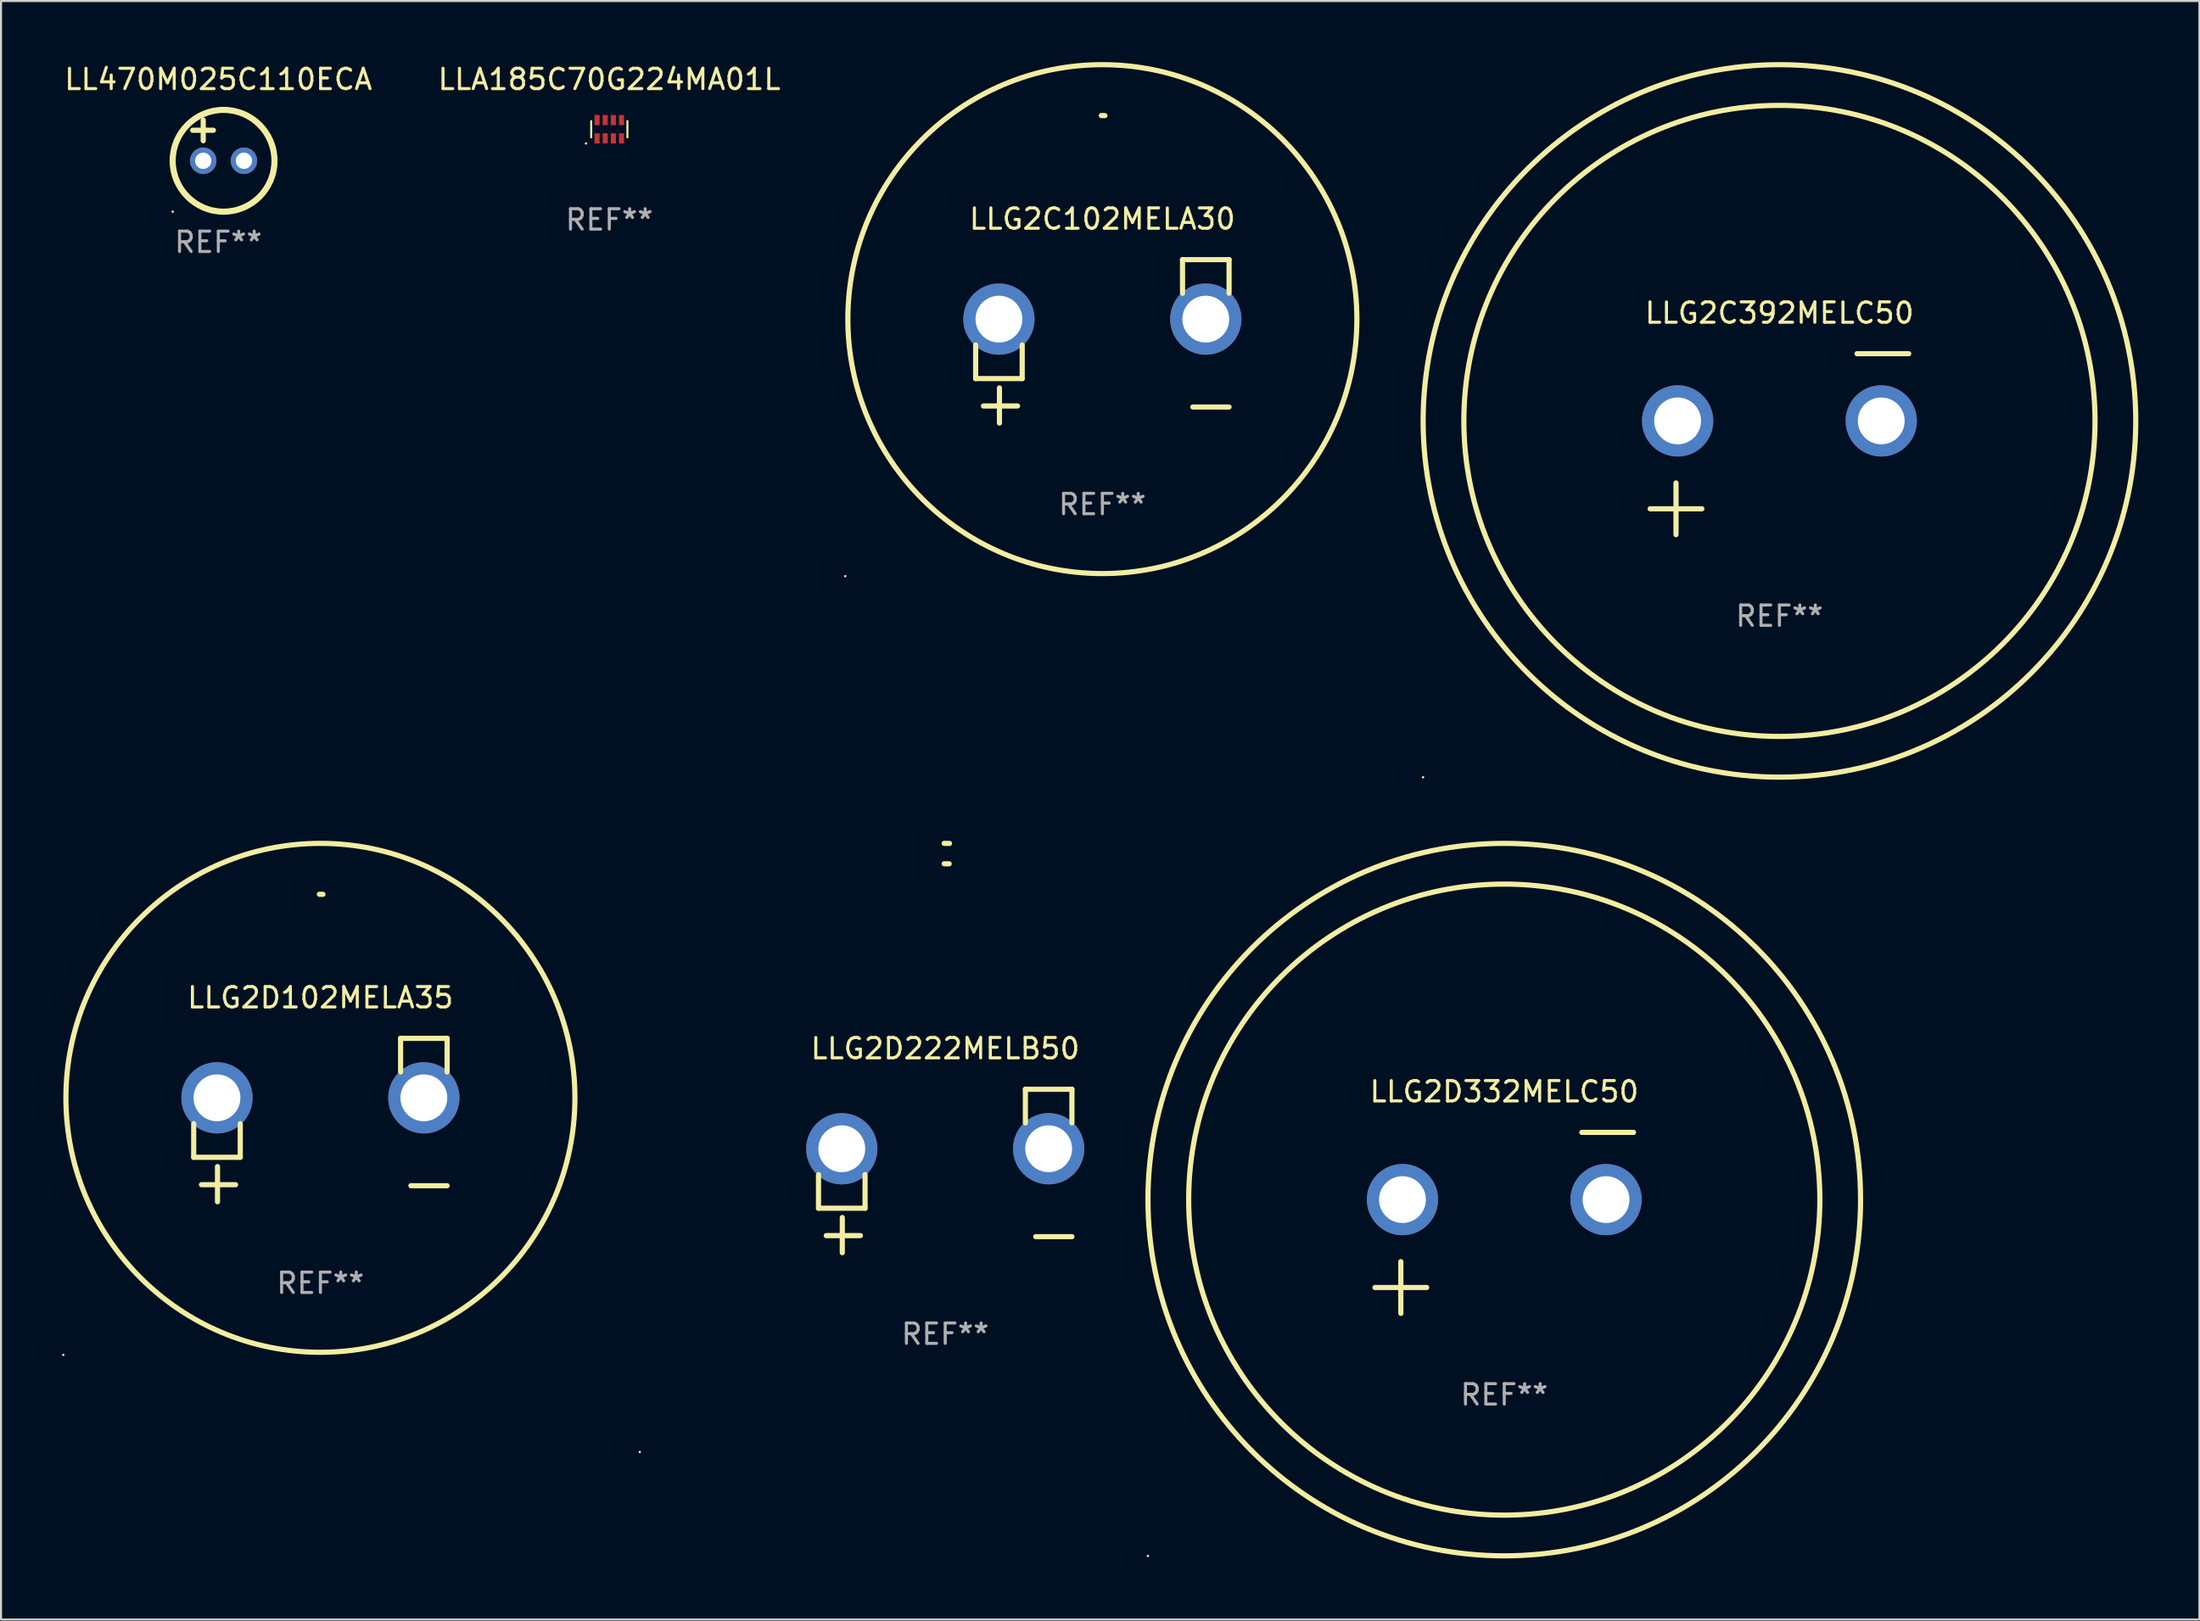
<source format=kicad_pcb>
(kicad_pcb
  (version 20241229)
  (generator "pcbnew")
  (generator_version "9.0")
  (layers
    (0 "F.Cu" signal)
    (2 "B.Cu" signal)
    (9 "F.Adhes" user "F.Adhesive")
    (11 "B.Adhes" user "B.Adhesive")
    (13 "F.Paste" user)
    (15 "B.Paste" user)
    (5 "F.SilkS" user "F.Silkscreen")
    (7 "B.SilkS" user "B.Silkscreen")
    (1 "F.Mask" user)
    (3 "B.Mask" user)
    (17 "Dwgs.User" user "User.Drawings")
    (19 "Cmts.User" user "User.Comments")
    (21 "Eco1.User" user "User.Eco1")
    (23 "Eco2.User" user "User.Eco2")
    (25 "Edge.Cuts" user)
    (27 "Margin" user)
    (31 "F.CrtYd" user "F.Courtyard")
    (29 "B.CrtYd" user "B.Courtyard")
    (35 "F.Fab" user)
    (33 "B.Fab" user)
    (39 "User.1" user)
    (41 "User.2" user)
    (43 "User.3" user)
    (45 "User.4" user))
  (footprint "LLG2D222MELB50"
    (layer "F.Cu")
    (at 43.374 54.475)
    (property "Reference" "LLG2D222MELB50" (at 0 -6.013 0) (layer "F.SilkS") (effects (font (size 1 1) (thickness 0.15))))
    (attr through_hole)
    (fp_line (start -6.223 0.178) (end -6.223 1.829) (stroke (width 0.254) (type solid)) (layer "F.SilkS"))
    (fp_line (start -6.223 1.829) (end -3.937 1.829) (stroke (width 0.254) (type solid)) (layer "F.SilkS"))
    (fp_line (start -5.055 4.013) (end -5.055 2.286) (stroke (width 0.254) (type solid)) (layer "F.SilkS"))
    (fp_line (start -4.166 3.175) (end -5.842 3.175) (stroke (width 0.254) (type solid)) (layer "F.SilkS"))
    (fp_line (start -3.937 1.829) (end -3.937 0.178) (stroke (width 0.254) (type solid)) (layer "F.SilkS"))
    (fp_line (start 3.937 -4.013) (end 3.937 -2.362) (stroke (width 0.254) (type solid)) (layer "F.SilkS"))
    (fp_line (start 6.223 -4.013) (end 3.937 -4.013) (stroke (width 0.254) (type solid)) (layer "F.SilkS"))
    (fp_line (start 6.223 -2.362) (end 6.223 -4.013) (stroke (width 0.254) (type solid)) (layer "F.SilkS"))
    (fp_line (start 6.223 3.226) (end 4.445 3.226) (stroke (width 0.254) (type solid)) (layer "F.SilkS"))
    (fp_arc (start -0.0508 -16.093472) (mid 0.080016 -16.092762) (end 0.210821 -16.090932) (stroke (width 0.254001) (type solid)) (layer "F.SilkS"))
    (fp_arc (start -0.0508 -15.09271) (mid 0.071125 -15.091961) (end 0.19304 -15.09017) (stroke (width 0.254001) (type solid)) (layer "F.SilkS"))
    (fp_circle (center -15 13.808) (end -14.97 13.808) (stroke (width 0.06) (type solid)) (fill no) (layer "F.SilkS"))
    (fp_text user "REF**" (at 0 8.013 0) (layer "F.Fab") (effects (font (size 1 1) (thickness 0.15))))
    (pad "1" thru_hole circle (at -5.08 -1.092) (size 3.5 3.5) (drill 2.3) (layers "*.Cu" "*.Mask"))
    (pad "2" thru_hole circle (at 5.08 -1.092) (size 3.5 3.5) (drill 2.3) (layers "*.Cu" "*.Mask")))
  (footprint "LLG2D332MELC50"
    (layer "F.Cu")
    (at 70.831 57.024)
    (property "Reference" "LLG2D332MELC50" (at 0 -6.445 0) (layer "F.SilkS") (effects (font (size 1 1) (thickness 0.15))))
    (attr through_hole)
    (fp_line (start -6.35 3.175) (end -3.81 3.175) (stroke (width 0.254) (type solid)) (layer "F.SilkS"))
    (fp_line (start -5.08 1.905) (end -5.08 4.445) (stroke (width 0.254) (type solid)) (layer "F.SilkS"))
    (fp_line (start 3.81 -4.445) (end 6.35 -4.445) (stroke (width 0.254) (type solid)) (layer "F.SilkS"))
    (fp_circle (center -17.505 16.362) (end -17.475 16.362) (stroke (width 0.06) (type solid)) (fill no) (layer "F.SilkS"))
    (fp_circle (center 0 -1.143) (end 15.5 -1.143) (stroke (width 0.254) (type solid)) (fill no) (layer "F.SilkS"))
    (fp_circle (center 0 -1.143) (end 17.5 -1.143) (stroke (width 0.254) (type solid)) (fill no) (layer "F.SilkS"))
    (fp_text user "REF**" (at 0 8.445 0) (layer "F.Fab") (effects (font (size 1 1) (thickness 0.15))))
    (pad "1" thru_hole circle (at -5 -1.143) (size 3.5 3.5) (drill 2.3) (layers "*.Cu" "*.Mask"))
    (pad "2" thru_hole circle (at 5 -1.143) (size 3.5 3.5) (drill 2.3) (layers "*.Cu" "*.Mask")))
  (footprint "LLG2C102MELA30"
    (layer "F.Cu")
    (at 51.092 13.719)
    (property "Reference" "LLG2C102MELA30" (at 0 -6.013 0) (layer "F.SilkS") (effects (font (size 1 1) (thickness 0.15))))
    (attr through_hole)
    (fp_line (start -6.223 0.178) (end -6.223 1.829) (stroke (width 0.254) (type solid)) (layer "F.SilkS"))
    (fp_line (start -6.223 1.829) (end -3.937 1.829) (stroke (width 0.254) (type solid)) (layer "F.SilkS"))
    (fp_line (start -5.055 4.013) (end -5.055 2.286) (stroke (width 0.254) (type solid)) (layer "F.SilkS"))
    (fp_line (start -4.166 3.175) (end -5.842 3.175) (stroke (width 0.254) (type solid)) (layer "F.SilkS"))
    (fp_line (start -3.937 1.829) (end -3.937 0.178) (stroke (width 0.254) (type solid)) (layer "F.SilkS"))
    (fp_line (start 3.937 -4.013) (end 3.937 -2.362) (stroke (width 0.254) (type solid)) (layer "F.SilkS"))
    (fp_line (start 6.223 -4.013) (end 3.937 -4.013) (stroke (width 0.254) (type solid)) (layer "F.SilkS"))
    (fp_line (start 6.223 -2.362) (end 6.223 -4.013) (stroke (width 0.254) (type solid)) (layer "F.SilkS"))
    (fp_line (start 6.223 3.226) (end 4.445 3.226) (stroke (width 0.254) (type solid)) (layer "F.SilkS"))
    (fp_arc (start -0.0508 -11.092202) (mid 0.036835 -11.091307) (end 0.12446 -11.089662) (stroke (width 0.254001) (type solid)) (layer "F.SilkS"))
    (fp_circle (center -12.627 11.535) (end -12.597 11.535) (stroke (width 0.06) (type solid)) (fill no) (layer "F.SilkS"))
    (fp_circle (center 0 -1.092) (end 12.5 -1.092) (stroke (width 0.254) (type solid)) (fill no) (layer "F.SilkS"))
    (fp_text user "REF**" (at 0 8.013 0) (layer "F.Fab") (effects (font (size 1 1) (thickness 0.15))))
    (pad "1" thru_hole circle (at -5.08 -1.092) (size 3.5 3.5) (drill 2.3) (layers "*.Cu" "*.Mask"))
    (pad "2" thru_hole circle (at 5.08 -1.092) (size 3.5 3.5) (drill 2.3) (layers "*.Cu" "*.Mask")))
  (footprint "LLG2D102MELA35"
    (layer "F.Cu")
    (at 12.687 51.973)
    (property "Reference" "LLG2D102MELA35" (at 0 -6.013 0) (layer "F.SilkS") (effects (font (size 1 1) (thickness 0.15))))
    (attr through_hole)
    (fp_line (start -6.223 0.178) (end -6.223 1.829) (stroke (width 0.254) (type solid)) (layer "F.SilkS"))
    (fp_line (start -6.223 1.829) (end -3.937 1.829) (stroke (width 0.254) (type solid)) (layer "F.SilkS"))
    (fp_line (start -5.055 4.013) (end -5.055 2.286) (stroke (width 0.254) (type solid)) (layer "F.SilkS"))
    (fp_line (start -4.166 3.175) (end -5.842 3.175) (stroke (width 0.254) (type solid)) (layer "F.SilkS"))
    (fp_line (start -3.937 1.829) (end -3.937 0.178) (stroke (width 0.254) (type solid)) (layer "F.SilkS"))
    (fp_line (start 3.937 -4.013) (end 3.937 -2.362) (stroke (width 0.254) (type solid)) (layer "F.SilkS"))
    (fp_line (start 6.223 -4.013) (end 3.937 -4.013) (stroke (width 0.254) (type solid)) (layer "F.SilkS"))
    (fp_line (start 6.223 -2.362) (end 6.223 -4.013) (stroke (width 0.254) (type solid)) (layer "F.SilkS"))
    (fp_line (start 6.223 3.226) (end 4.445 3.226) (stroke (width 0.254) (type solid)) (layer "F.SilkS"))
    (fp_arc (start -0.0508 -11.092202) (mid 0.036835 -11.091307) (end 0.12446 -11.089662) (stroke (width 0.254001) (type solid)) (layer "F.SilkS"))
    (fp_circle (center -12.627 11.535) (end -12.597 11.535) (stroke (width 0.06) (type solid)) (fill no) (layer "F.SilkS"))
    (fp_circle (center 0 -1.092) (end 12.5 -1.092) (stroke (width 0.254) (type solid)) (fill no) (layer "F.SilkS"))
    (fp_text user "REF**" (at 0 8.013 0) (layer "F.Fab") (effects (font (size 1 1) (thickness 0.15))))
    (pad "1" thru_hole circle (at -5.08 -1.092) (size 3.5 3.5) (drill 2.3) (layers "*.Cu" "*.Mask"))
    (pad "2" thru_hole circle (at 5.08 -1.092) (size 3.5 3.5) (drill 2.3) (layers "*.Cu" "*.Mask")))
  (footprint "LLG2C392MELC50"
    (layer "F.Cu")
    (at 84.346 18.77)
    (property "Reference" "LLG2C392MELC50" (at 0 -6.445 0) (layer "F.SilkS") (effects (font (size 1 1) (thickness 0.15))))
    (attr through_hole)
    (fp_line (start -6.35 3.175) (end -3.81 3.175) (stroke (width 0.254) (type solid)) (layer "F.SilkS"))
    (fp_line (start -5.08 1.905) (end -5.08 4.445) (stroke (width 0.254) (type solid)) (layer "F.SilkS"))
    (fp_line (start 3.81 -4.445) (end 6.35 -4.445) (stroke (width 0.254) (type solid)) (layer "F.SilkS"))
    (fp_circle (center -17.505 16.362) (end -17.475 16.362) (stroke (width 0.06) (type solid)) (fill no) (layer "F.SilkS"))
    (fp_circle (center 0 -1.143) (end 15.5 -1.143) (stroke (width 0.254) (type solid)) (fill no) (layer "F.SilkS"))
    (fp_circle (center 0 -1.143) (end 17.5 -1.143) (stroke (width 0.254) (type solid)) (fill no) (layer "F.SilkS"))
    (fp_text user "REF**" (at 0 8.445 0) (layer "F.Fab") (effects (font (size 1 1) (thickness 0.15))))
    (pad "1" thru_hole circle (at -5 -1.143) (size 3.5 3.5) (drill 2.3) (layers "*.Cu" "*.Mask"))
    (pad "2" thru_hole circle (at 5 -1.143) (size 3.5 3.5) (drill 2.3) (layers "*.Cu" "*.Mask")))
  (footprint "LL470M025C110ECA"
    (layer "F.Cu")
    (at 7.673 3.848)
    (property "Reference" "LL470M025C110ECA" (at 0 -3 0) (layer "F.SilkS") (effects (font (size 1 1) (thickness 0.15))))
    (attr through_hole)
    (fp_line (start -1.258 -0.5) (end -0.242 -0.5) (stroke (width 0.254) (type solid)) (layer "F.SilkS"))
    (fp_line (start -0.742 -1) (end -0.742 0.016) (stroke (width 0.254) (type solid)) (layer "F.SilkS"))
    (fp_circle (center -2.242 3.5) (end -2.212 3.5) (stroke (width 0.06) (type solid)) (fill no) (layer "F.SilkS"))
    (fp_circle (center 0.258 1) (end 2.758 1) (stroke (width 0.3) (type solid)) (fill no) (layer "F.SilkS"))
    (fp_text user "REF**" (at 0 5 0) (layer "F.Fab") (effects (font (size 1 1) (thickness 0.15))))
    (pad "1" thru_hole circle (at -0.742 1) (size 1.3 1.3) (drill 0.8) (layers "*.Cu" "*.Mask"))
    (pad "2" thru_hole circle (at 1.258 1) (size 1.3 1.3) (drill 0.8) (layers "*.Cu" "*.Mask")))
  (footprint "LLA185C70G224MA01L"
    (layer "F.Cu")
    (at 26.875 3.298)
    (property "Reference" "LLA185C70G224MA01L" (at 0 -2.45 0) (layer "F.SilkS") (effects (font (size 1 1) (thickness 0.15))))
    (attr through_hole)
    (fp_line (start -0.889 -0.4) (end -0.889 0.4) (stroke (width 0.1) (type solid)) (layer "F.SilkS"))
    (fp_line (start 0.889 -0.4) (end 0.889 0.4) (stroke (width 0.1) (type solid)) (layer "F.SilkS"))
    (fp_circle (center -1.143 0.7) (end -1.113 0.7) (stroke (width 0.06) (type solid)) (fill no) (layer "F.SilkS"))
    (fp_text user "REF**" (at 0 4.45 0) (layer "F.Fab") (effects (font (size 1 1) (thickness 0.15))))
    (pad "1" smd rect (at -0.6 0.45 90) (size 0.5 0.25) (layers "F.Cu" "F.Mask" "F.Paste"))
    (pad "2" smd rect (at -0.2 0.45 90) (size 0.5 0.25) (layers "F.Cu" "F.Mask" "F.Paste"))
    (pad "3" smd rect (at 0.2 0.45 90) (size 0.5 0.25) (layers "F.Cu" "F.Mask" "F.Paste"))
    (pad "4" smd rect (at 0.6 0.45 90) (size 0.5 0.25) (layers "F.Cu" "F.Mask" "F.Paste"))
    (pad "5" smd rect (at 0.6 -0.45 90) (size 0.5 0.25) (layers "F.Cu" "F.Mask" "F.Paste"))
    (pad "6" smd rect (at 0.2 -0.45 90) (size 0.5 0.25) (layers "F.Cu" "F.Mask" "F.Paste"))
    (pad "7" smd rect (at -0.2 -0.45 90) (size 0.5 0.25) (layers "F.Cu" "F.Mask" "F.Paste"))
    (pad "8" smd rect (at -0.6 -0.45 90) (size 0.5 0.25) (layers "F.Cu" "F.Mask" "F.Paste")))
  (gr_rect
    (start -3 -3)
    (end 104.973 76.509)
    (stroke (width 0.1) (type default))
    (fill no)
    (layer "Edge.Cuts")))
</source>
